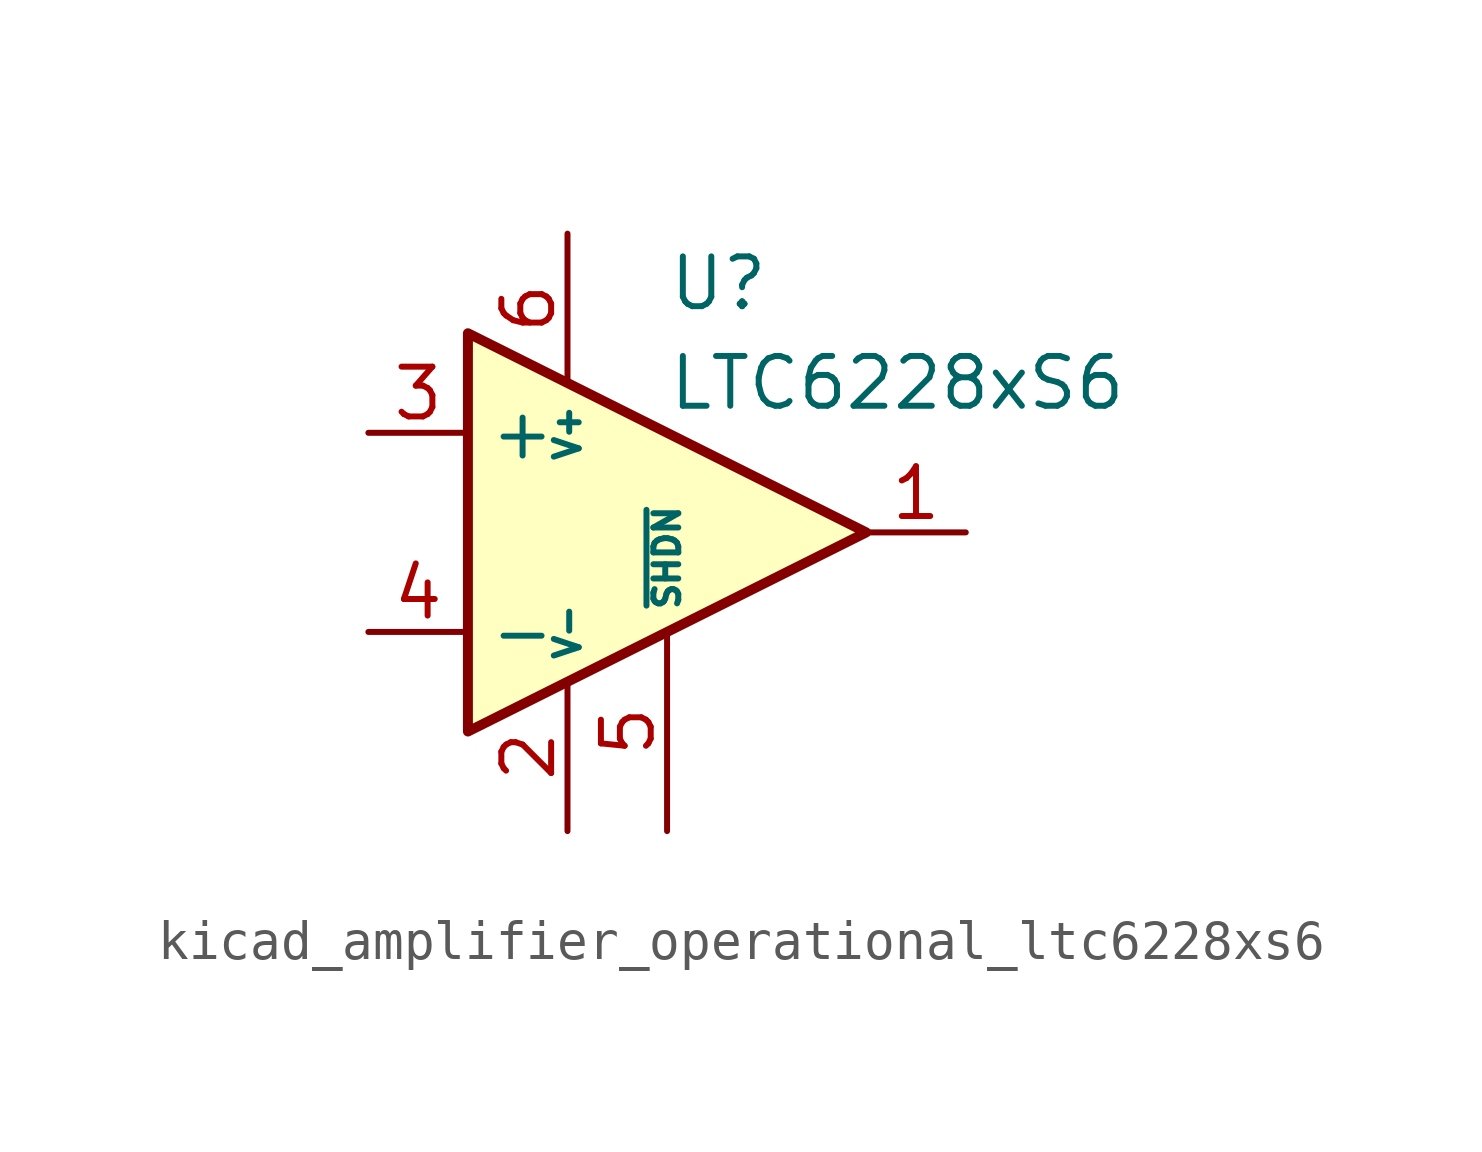
<source format=kicad_sym>
(kicad_symbol_lib
  (version 20220914)
  (generator kicad_symbol_editor)
  (symbol "kicad_amplifier_operational_ltc6228xs6"
    (property "Reference" "U"
      (at 0 6.35 0)
      (effects (font (size 1.27 1.27)) (justify left)))
    (property "Value" "LTC6228xS6"
      (at 0 3.81 0)
      (effects (font (size 1.27 1.27)) (justify left)))
    (symbol "kicad_amplifier_operational_ltc6228xs6_0_1"
      (polyline (pts (xy 5.08 0) (xy -5.08 5.08) (xy -5.08 -5.08) (xy 5.08 0)) (stroke (width 0.254) (type default)) (fill (type background))))
    (symbol "kicad_amplifier_operational_ltc6228xs6_1_1"
      (pin output line (at 7.62 0 180) (length 2.54) (name "~" (effects (font (size 1.27 1.27)))) (number "1" (effects (font (size 1.27 1.27)))))
      (pin power_in line (at -2.54 -7.62 90) (length 3.81) (name "V-" (effects (font (size 0.635 0.635)))) (number "2" (effects (font (size 1.27 1.27)))))
      (pin input line (at -7.62 2.54 0) (length 2.54) (name "+" (effects (font (size 1.27 1.27)))) (number "3" (effects (font (size 1.27 1.27)))))
      (pin input line (at -7.62 -2.54 0) (length 2.54) (name "-" (effects (font (size 1.27 1.27)))) (number "4" (effects (font (size 1.27 1.27)))))
      (pin input line (at 0 -7.62 90) (length 5.08) (name "~{SHDN}" (effects (font (size 0.635 0.635)))) (number "5" (effects (font (size 1.27 1.27)))))
      (pin power_in line (at -2.54 7.62 270) (length 3.81) (name "V+" (effects (font (size 0.635 0.635)))) (number "6" (effects (font (size 1.27 1.27))))))))
</source>
